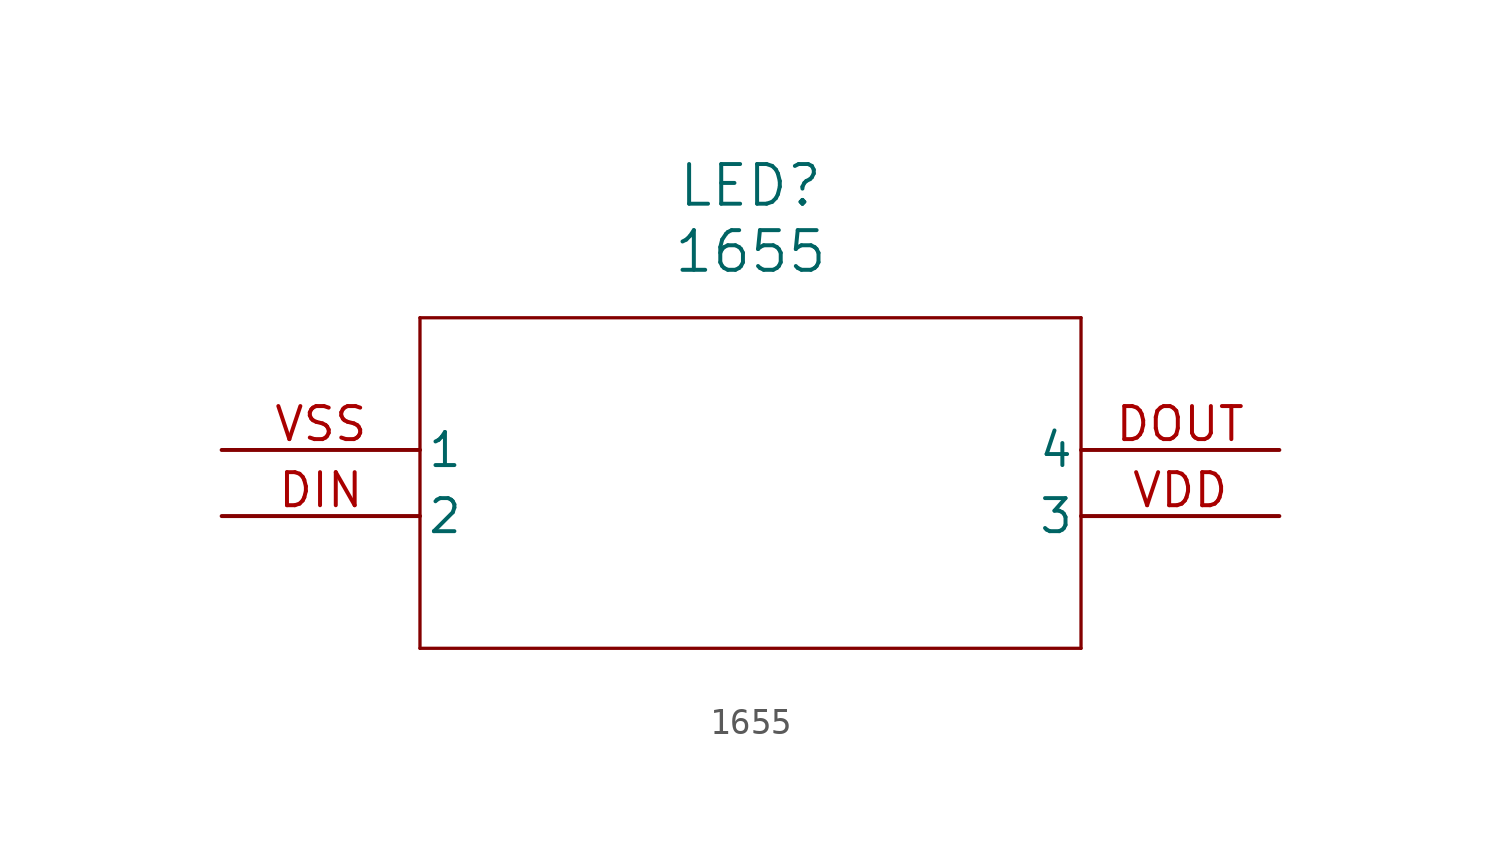
<source format=kicad_sym>
(kicad_symbol_lib
  (version 20211014)
  (generator kicad_symbol_editor)
  (symbol "1655"
    (pin_names
      (offset 0.254))
    (property "Reference" "LED"
      (at 20.32 10.16 0)
      (effects (font (size 1.524 1.524))))
    (property "Value" "1655"
      (at 20.32 7.62 0)
      (effects (font (size 1.524 1.524))))
    (symbol "1655_0_1"
      (polyline (pts (xy 7.62 5.08) (xy 7.62 -7.62)) (stroke (width 0.127) (type default) (color 0 0 0 0)) (fill (type none)))
      (polyline (pts (xy 7.62 -7.62) (xy 33.02 -7.62)) (stroke (width 0.127) (type default) (color 0 0 0 0)) (fill (type none)))
      (polyline (pts (xy 33.02 -7.62) (xy 33.02 5.08)) (stroke (width 0.127) (type default) (color 0 0 0 0)) (fill (type none)))
      (polyline (pts (xy 33.02 5.08) (xy 7.62 5.08)) (stroke (width 0.127) (type default) (color 0 0 0 0)) (fill (type none)))
      (pin unspecified line (at 0 0 0) (length 7.62) (name "1" (effects (font (size 1.27 1.27)))) (number "VSS" (effects (font (size 1.27 1.27)))))
      (pin unspecified line (at 0 -2.54 0) (length 7.62) (name "2" (effects (font (size 1.27 1.27)))) (number "DIN" (effects (font (size 1.27 1.27)))))
      (pin unspecified line (at 40.64 -2.54 180) (length 7.62) (name "3" (effects (font (size 1.27 1.27)))) (number "VDD" (effects (font (size 1.27 1.27)))))
      (pin unspecified line (at 40.64 0 180) (length 7.62) (name "4" (effects (font (size 1.27 1.27)))) (number "DOUT" (effects (font (size 1.27 1.27))))))))
</source>
